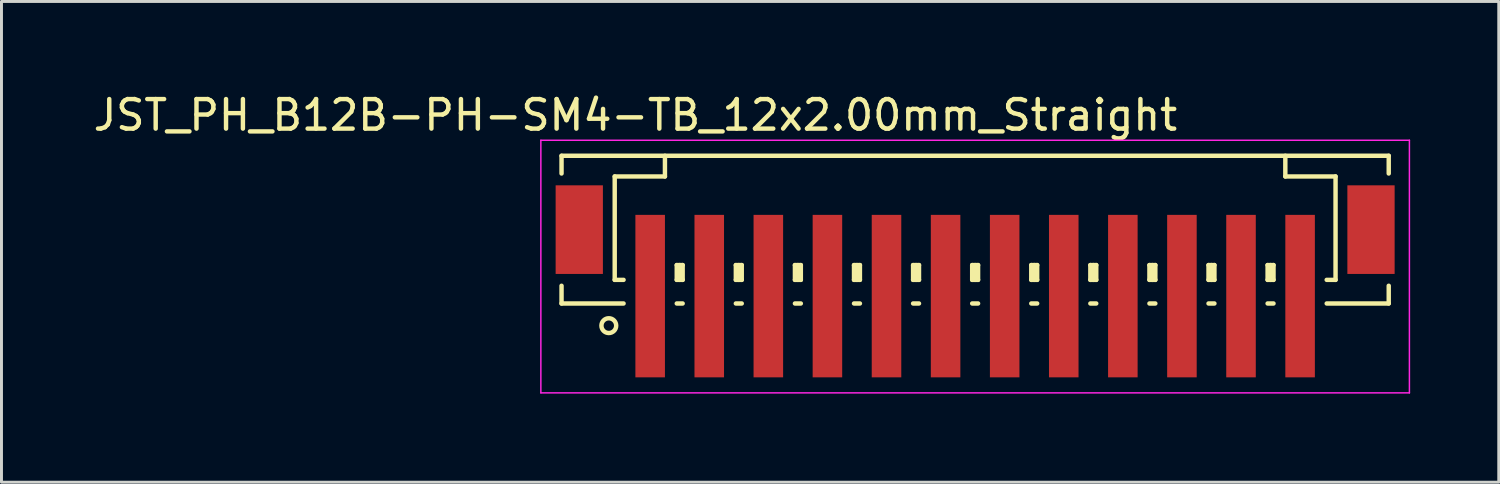
<source format=kicad_pcb>
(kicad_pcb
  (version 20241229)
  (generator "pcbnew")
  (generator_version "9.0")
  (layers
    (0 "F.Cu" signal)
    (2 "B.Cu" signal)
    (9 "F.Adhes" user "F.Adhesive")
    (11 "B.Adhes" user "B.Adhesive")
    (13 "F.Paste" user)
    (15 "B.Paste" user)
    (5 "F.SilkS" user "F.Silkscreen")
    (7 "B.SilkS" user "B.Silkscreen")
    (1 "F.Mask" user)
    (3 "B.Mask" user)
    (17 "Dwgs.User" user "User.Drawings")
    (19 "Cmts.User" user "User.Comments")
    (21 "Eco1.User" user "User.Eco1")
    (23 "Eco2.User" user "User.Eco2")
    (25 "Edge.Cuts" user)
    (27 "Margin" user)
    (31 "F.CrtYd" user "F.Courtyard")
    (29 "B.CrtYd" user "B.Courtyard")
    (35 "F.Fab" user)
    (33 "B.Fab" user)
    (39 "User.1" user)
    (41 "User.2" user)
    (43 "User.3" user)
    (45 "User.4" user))
  (footprint "JST_PH_B12B-PH-SM4-TB_12x2.00mm_Straight"
    (layer "F.Cu")
    (at 29.958 5.848)
    (property "Reference" "JST_PH_B12B-PH-SM4-TB_12x2.00mm_Straight" (at -11.5 -5 0) (layer "F.SilkS") (effects (font (size 1 1) (thickness 0.15))))
    (attr smd)
    (fp_line (start -14 -3.625) (end 14 -3.625) (stroke (width 0.15) (type solid)) (layer "F.SilkS"))
    (fp_line (start -14 -3.025) (end -14 -3.625) (stroke (width 0.15) (type solid)) (layer "F.SilkS"))
    (fp_line (start -14 0.775) (end -14 1.375) (stroke (width 0.15) (type solid)) (layer "F.SilkS"))
    (fp_line (start -14 1.375) (end -11.9 1.375) (stroke (width 0.15) (type solid)) (layer "F.SilkS"))
    (fp_line (start -12.2 -2.925) (end -12.2 0.575) (stroke (width 0.15) (type solid)) (layer "F.SilkS"))
    (fp_line (start -12.2 0.575) (end -11.9 0.575) (stroke (width 0.15) (type solid)) (layer "F.SilkS"))
    (fp_line (start -10.5 -3.625) (end -10.5 -2.925) (stroke (width 0.15) (type solid)) (layer "F.SilkS"))
    (fp_line (start -10.5 -2.925) (end -12.2 -2.925) (stroke (width 0.15) (type solid)) (layer "F.SilkS"))
    (fp_line (start -10.1 0.075) (end -9.9 0.075) (stroke (width 0.15) (type solid)) (layer "F.SilkS"))
    (fp_line (start -10.1 0.575) (end -10.1 0.075) (stroke (width 0.15) (type solid)) (layer "F.SilkS"))
    (fp_line (start -10.1 0.575) (end -9.9 0.575) (stroke (width 0.15) (type solid)) (layer "F.SilkS"))
    (fp_line (start -10.1 1.375) (end -9.9 1.375) (stroke (width 0.15) (type solid)) (layer "F.SilkS"))
    (fp_line (start -10 0.575) (end -10 0.075) (stroke (width 0.15) (type solid)) (layer "F.SilkS"))
    (fp_line (start -9.9 0.075) (end -9.9 0.575) (stroke (width 0.15) (type solid)) (layer "F.SilkS"))
    (fp_line (start -8.1 0.075) (end -7.9 0.075) (stroke (width 0.15) (type solid)) (layer "F.SilkS"))
    (fp_line (start -8.1 0.575) (end -8.1 0.075) (stroke (width 0.15) (type solid)) (layer "F.SilkS"))
    (fp_line (start -8.1 0.575) (end -7.9 0.575) (stroke (width 0.15) (type solid)) (layer "F.SilkS"))
    (fp_line (start -8.1 1.375) (end -7.9 1.375) (stroke (width 0.15) (type solid)) (layer "F.SilkS"))
    (fp_line (start -8 0.575) (end -8 0.075) (stroke (width 0.15) (type solid)) (layer "F.SilkS"))
    (fp_line (start -7.9 0.075) (end -7.9 0.575) (stroke (width 0.15) (type solid)) (layer "F.SilkS"))
    (fp_line (start -6.1 0.075) (end -5.9 0.075) (stroke (width 0.15) (type solid)) (layer "F.SilkS"))
    (fp_line (start -6.1 0.575) (end -6.1 0.075) (stroke (width 0.15) (type solid)) (layer "F.SilkS"))
    (fp_line (start -6.1 0.575) (end -5.9 0.575) (stroke (width 0.15) (type solid)) (layer "F.SilkS"))
    (fp_line (start -6.1 1.375) (end -5.9 1.375) (stroke (width 0.15) (type solid)) (layer "F.SilkS"))
    (fp_line (start -6 0.575) (end -6 0.075) (stroke (width 0.15) (type solid)) (layer "F.SilkS"))
    (fp_line (start -5.9 0.075) (end -5.9 0.575) (stroke (width 0.15) (type solid)) (layer "F.SilkS"))
    (fp_line (start -4.1 0.075) (end -3.9 0.075) (stroke (width 0.15) (type solid)) (layer "F.SilkS"))
    (fp_line (start -4.1 0.575) (end -4.1 0.075) (stroke (width 0.15) (type solid)) (layer "F.SilkS"))
    (fp_line (start -4.1 0.575) (end -3.9 0.575) (stroke (width 0.15) (type solid)) (layer "F.SilkS"))
    (fp_line (start -4.1 1.375) (end -3.9 1.375) (stroke (width 0.15) (type solid)) (layer "F.SilkS"))
    (fp_line (start -4 0.575) (end -4 0.075) (stroke (width 0.15) (type solid)) (layer "F.SilkS"))
    (fp_line (start -3.9 0.075) (end -3.9 0.575) (stroke (width 0.15) (type solid)) (layer "F.SilkS"))
    (fp_line (start -2.1 0.075) (end -1.9 0.075) (stroke (width 0.15) (type solid)) (layer "F.SilkS"))
    (fp_line (start -2.1 0.575) (end -2.1 0.075) (stroke (width 0.15) (type solid)) (layer "F.SilkS"))
    (fp_line (start -2.1 0.575) (end -1.9 0.575) (stroke (width 0.15) (type solid)) (layer "F.SilkS"))
    (fp_line (start -2.1 1.375) (end -1.9 1.375) (stroke (width 0.15) (type solid)) (layer "F.SilkS"))
    (fp_line (start -2 0.575) (end -2 0.075) (stroke (width 0.15) (type solid)) (layer "F.SilkS"))
    (fp_line (start -1.9 0.075) (end -1.9 0.575) (stroke (width 0.15) (type solid)) (layer "F.SilkS"))
    (fp_line (start -0.1 0.075) (end 0.1 0.075) (stroke (width 0.15) (type solid)) (layer "F.SilkS"))
    (fp_line (start -0.1 0.575) (end -0.1 0.075) (stroke (width 0.15) (type solid)) (layer "F.SilkS"))
    (fp_line (start -0.1 0.575) (end 0.1 0.575) (stroke (width 0.15) (type solid)) (layer "F.SilkS"))
    (fp_line (start -0.1 1.375) (end 0.1 1.375) (stroke (width 0.15) (type solid)) (layer "F.SilkS"))
    (fp_line (start 0 0.575) (end 0 0.075) (stroke (width 0.15) (type solid)) (layer "F.SilkS"))
    (fp_line (start 0.1 0.075) (end 0.1 0.575) (stroke (width 0.15) (type solid)) (layer "F.SilkS"))
    (fp_line (start 1.9 0.075) (end 2.1 0.075) (stroke (width 0.15) (type solid)) (layer "F.SilkS"))
    (fp_line (start 1.9 0.575) (end 1.9 0.075) (stroke (width 0.15) (type solid)) (layer "F.SilkS"))
    (fp_line (start 1.9 0.575) (end 2.1 0.575) (stroke (width 0.15) (type solid)) (layer "F.SilkS"))
    (fp_line (start 1.9 1.375) (end 2.1 1.375) (stroke (width 0.15) (type solid)) (layer "F.SilkS"))
    (fp_line (start 2 0.575) (end 2 0.075) (stroke (width 0.15) (type solid)) (layer "F.SilkS"))
    (fp_line (start 2.1 0.075) (end 2.1 0.575) (stroke (width 0.15) (type solid)) (layer "F.SilkS"))
    (fp_line (start 3.9 0.075) (end 4.1 0.075) (stroke (width 0.15) (type solid)) (layer "F.SilkS"))
    (fp_line (start 3.9 0.575) (end 3.9 0.075) (stroke (width 0.15) (type solid)) (layer "F.SilkS"))
    (fp_line (start 3.9 0.575) (end 4.1 0.575) (stroke (width 0.15) (type solid)) (layer "F.SilkS"))
    (fp_line (start 3.9 1.375) (end 4.1 1.375) (stroke (width 0.15) (type solid)) (layer "F.SilkS"))
    (fp_line (start 4 0.575) (end 4 0.075) (stroke (width 0.15) (type solid)) (layer "F.SilkS"))
    (fp_line (start 4.1 0.075) (end 4.1 0.575) (stroke (width 0.15) (type solid)) (layer "F.SilkS"))
    (fp_line (start 5.9 0.075) (end 6.1 0.075) (stroke (width 0.15) (type solid)) (layer "F.SilkS"))
    (fp_line (start 5.9 0.575) (end 5.9 0.075) (stroke (width 0.15) (type solid)) (layer "F.SilkS"))
    (fp_line (start 5.9 0.575) (end 6.1 0.575) (stroke (width 0.15) (type solid)) (layer "F.SilkS"))
    (fp_line (start 5.9 1.375) (end 6.1 1.375) (stroke (width 0.15) (type solid)) (layer "F.SilkS"))
    (fp_line (start 6 0.575) (end 6 0.075) (stroke (width 0.15) (type solid)) (layer "F.SilkS"))
    (fp_line (start 6.1 0.075) (end 6.1 0.575) (stroke (width 0.15) (type solid)) (layer "F.SilkS"))
    (fp_line (start 7.9 0.075) (end 8.1 0.075) (stroke (width 0.15) (type solid)) (layer "F.SilkS"))
    (fp_line (start 7.9 0.575) (end 7.9 0.075) (stroke (width 0.15) (type solid)) (layer "F.SilkS"))
    (fp_line (start 7.9 0.575) (end 8.1 0.575) (stroke (width 0.15) (type solid)) (layer "F.SilkS"))
    (fp_line (start 7.9 1.375) (end 8.1 1.375) (stroke (width 0.15) (type solid)) (layer "F.SilkS"))
    (fp_line (start 8 0.575) (end 8 0.075) (stroke (width 0.15) (type solid)) (layer "F.SilkS"))
    (fp_line (start 8.1 0.075) (end 8.1 0.575) (stroke (width 0.15) (type solid)) (layer "F.SilkS"))
    (fp_line (start 9.9 0.075) (end 10.1 0.075) (stroke (width 0.15) (type solid)) (layer "F.SilkS"))
    (fp_line (start 9.9 0.575) (end 9.9 0.075) (stroke (width 0.15) (type solid)) (layer "F.SilkS"))
    (fp_line (start 9.9 0.575) (end 10.1 0.575) (stroke (width 0.15) (type solid)) (layer "F.SilkS"))
    (fp_line (start 9.9 1.375) (end 10.1 1.375) (stroke (width 0.15) (type solid)) (layer "F.SilkS"))
    (fp_line (start 10 0.575) (end 10 0.075) (stroke (width 0.15) (type solid)) (layer "F.SilkS"))
    (fp_line (start 10.1 0.075) (end 10.1 0.575) (stroke (width 0.15) (type solid)) (layer "F.SilkS"))
    (fp_line (start 10.5 -3.625) (end 10.5 -2.925) (stroke (width 0.15) (type solid)) (layer "F.SilkS"))
    (fp_line (start 10.5 -2.925) (end 12.2 -2.925) (stroke (width 0.15) (type solid)) (layer "F.SilkS"))
    (fp_line (start 12.2 -2.925) (end 12.2 0.575) (stroke (width 0.15) (type solid)) (layer "F.SilkS"))
    (fp_line (start 12.2 0.575) (end 11.9 0.575) (stroke (width 0.15) (type solid)) (layer "F.SilkS"))
    (fp_line (start 14 -3.625) (end 14 -3.025) (stroke (width 0.15) (type solid)) (layer "F.SilkS"))
    (fp_line (start 14 0.775) (end 14 1.375) (stroke (width 0.15) (type solid)) (layer "F.SilkS"))
    (fp_line (start 14 1.375) (end 11.9 1.375) (stroke (width 0.15) (type solid)) (layer "F.SilkS"))
    (fp_circle (center -12.4 2.125) (end -12.15 2.125) (stroke (width 0.15) (type solid)) (fill no) (layer "F.SilkS"))
    (fp_line (start -14.7 -4.15) (end 14.7 -4.15) (stroke (width 0.05) (type solid)) (layer "F.CrtYd"))
    (fp_line (start -14.7 4.4) (end -14.7 -4.15) (stroke (width 0.05) (type solid)) (layer "F.CrtYd"))
    (fp_line (start 14.7 -4.15) (end 14.7 4.4) (stroke (width 0.05) (type solid)) (layer "F.CrtYd"))
    (fp_line (start 14.7 4.4) (end -14.7 4.4) (stroke (width 0.05) (type solid)) (layer "F.CrtYd"))
    (pad "" smd rect (at -13.4 -1.125) (size 1.6 3) (layers "F.Cu" "F.Mask" "F.Paste"))
    (pad "" smd rect (at 13.4 -1.125) (size 1.6 3) (layers "F.Cu" "F.Mask" "F.Paste"))
    (pad "1" smd rect (at -11 1.125) (size 1 5.5) (layers "F.Cu" "F.Mask" "F.Paste"))
    (pad "2" smd rect (at -9 1.125) (size 1 5.5) (layers "F.Cu" "F.Mask" "F.Paste"))
    (pad "3" smd rect (at -7 1.125) (size 1 5.5) (layers "F.Cu" "F.Mask" "F.Paste"))
    (pad "4" smd rect (at -5 1.125) (size 1 5.5) (layers "F.Cu" "F.Mask" "F.Paste"))
    (pad "5" smd rect (at -3 1.125) (size 1 5.5) (layers "F.Cu" "F.Mask" "F.Paste"))
    (pad "6" smd rect (at -1 1.125) (size 1 5.5) (layers "F.Cu" "F.Mask" "F.Paste"))
    (pad "7" smd rect (at 1 1.125) (size 1 5.5) (layers "F.Cu" "F.Mask" "F.Paste"))
    (pad "8" smd rect (at 3 1.125) (size 1 5.5) (layers "F.Cu" "F.Mask" "F.Paste"))
    (pad "9" smd rect (at 5 1.125) (size 1 5.5) (layers "F.Cu" "F.Mask" "F.Paste"))
    (pad "10" smd rect (at 7 1.125) (size 1 5.5) (layers "F.Cu" "F.Mask" "F.Paste"))
    (pad "11" smd rect (at 9 1.125) (size 1 5.5) (layers "F.Cu" "F.Mask" "F.Paste"))
    (pad "12" smd rect (at 11 1.125) (size 1 5.5) (layers "F.Cu" "F.Mask" "F.Paste")))
  (gr_rect
    (start -3 -3)
    (end 47.683 13.273)
    (stroke (width 0.1) (type default))
    (fill no)
    (layer "Edge.Cuts")))
</source>
